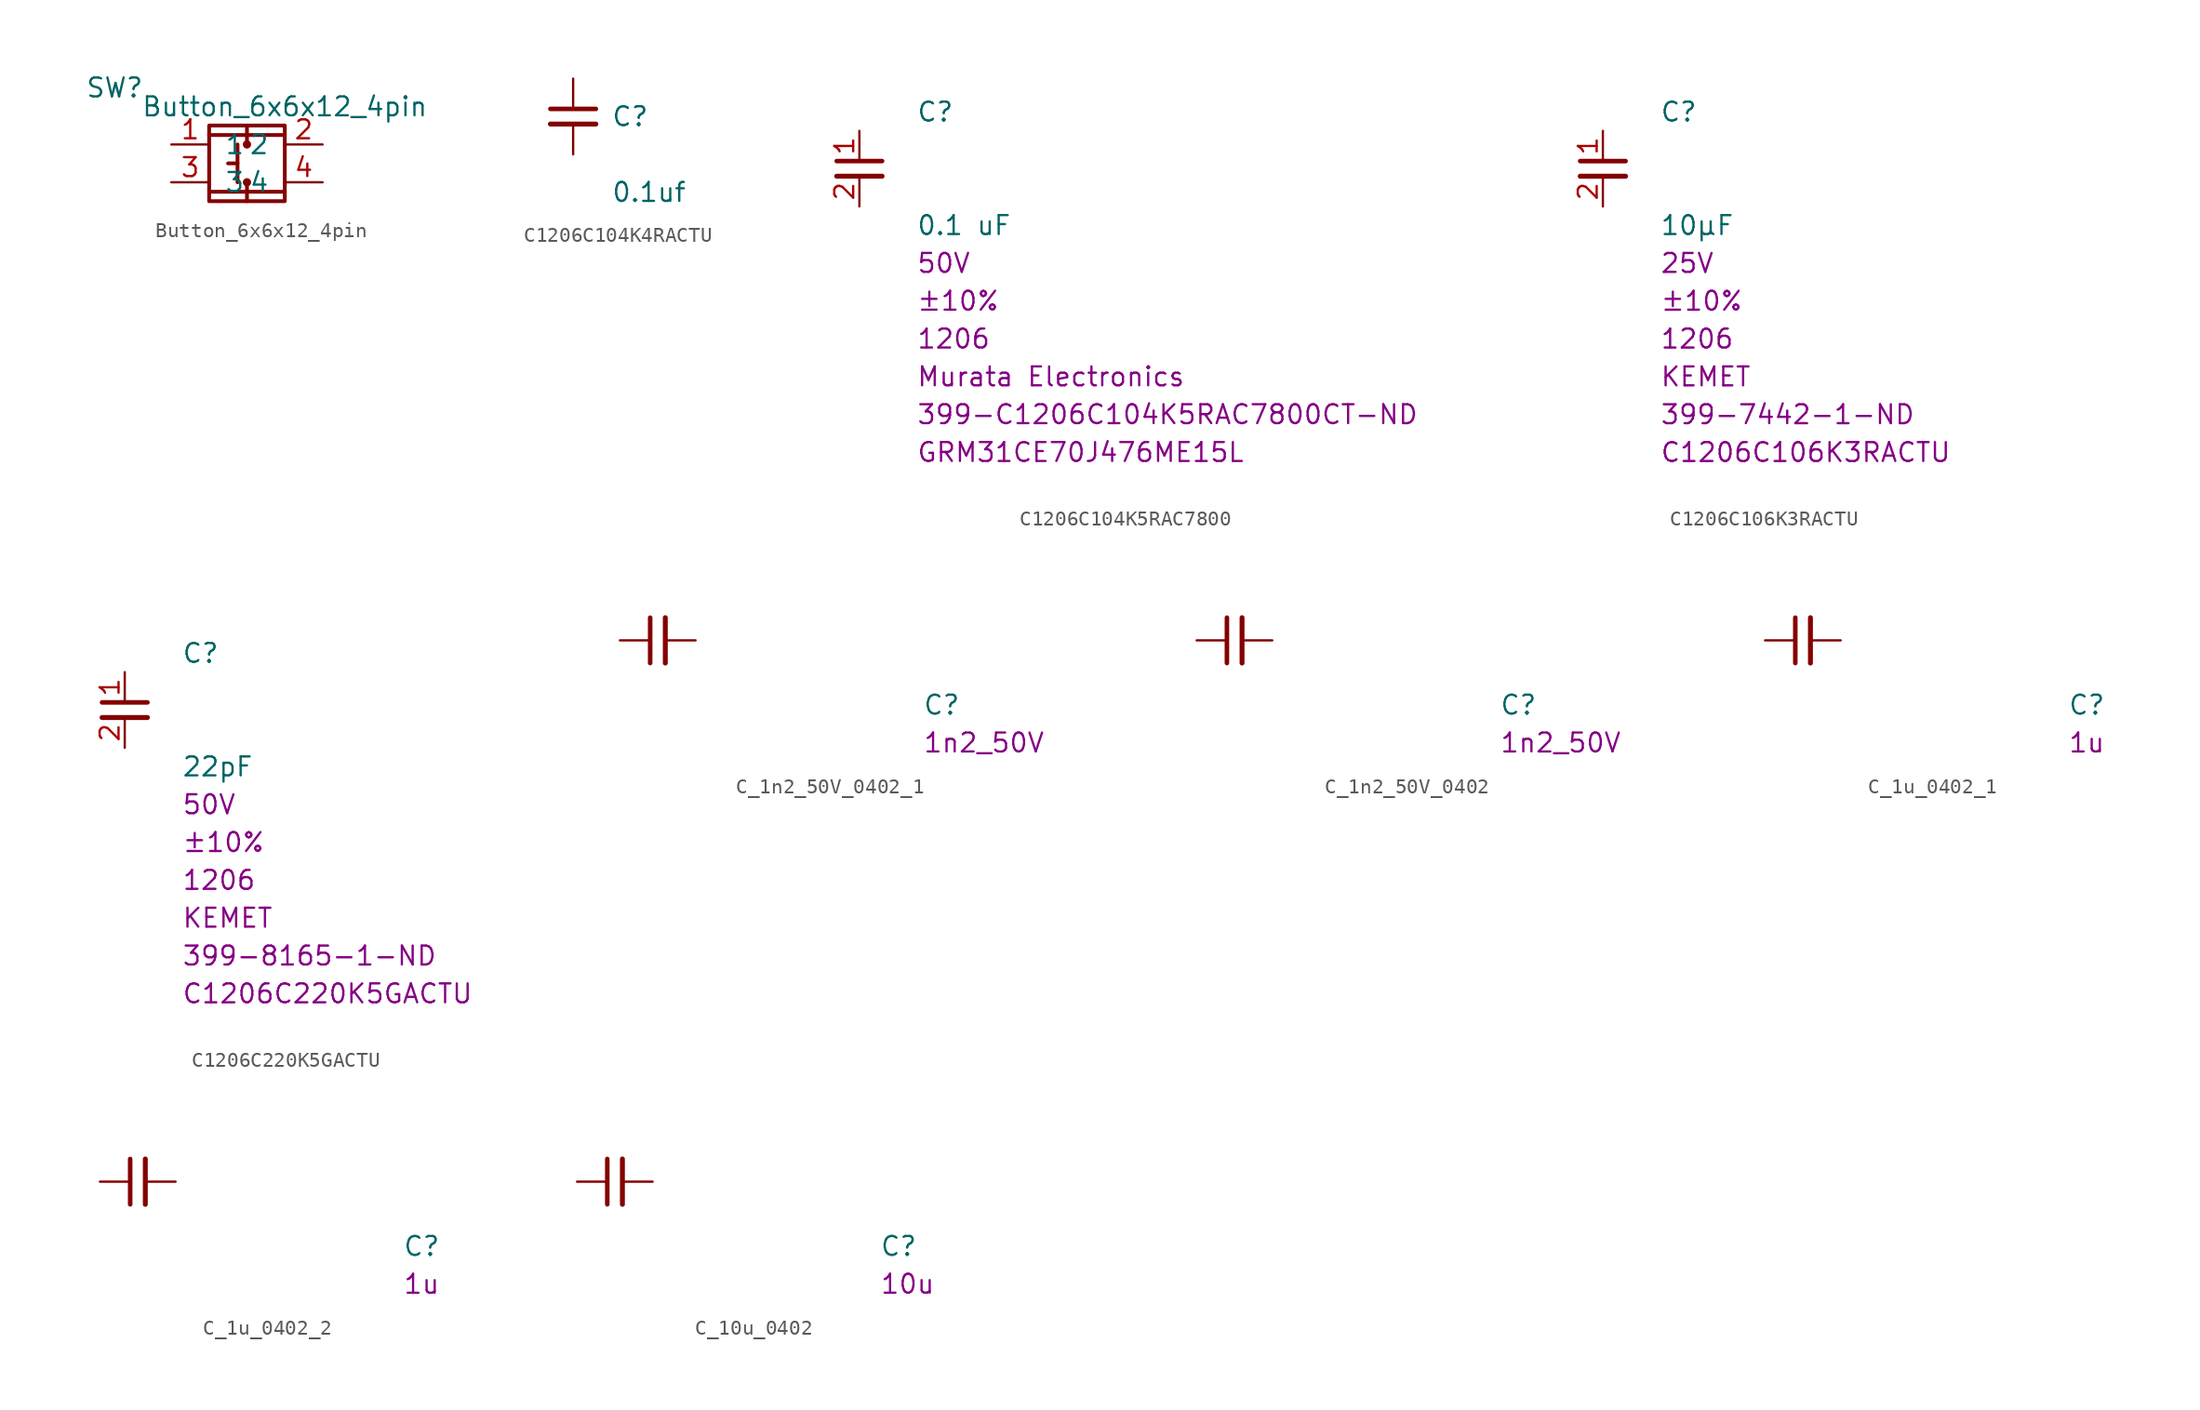
<source format=kicad_sym>
(kicad_symbol_lib
  (version 20231120)
  (generator "kicad_symbol_editor")
  (generator_version "8.0")
  (symbol "Button_6x6x12_4pin"
    (pin_names
      (offset 1.016))
    (property "Reference" "SW"
      (at -8.89 5.08 0)
      (effects (font (size 1.27 1.27))))
    (property "Value" "Button_6x6x12_4pin"
      (at 2.54 3.81 0)
      (effects (font (size 1.27 1.27))))
    (symbol "Button_6x6x12_4pin_0_1"
      (rectangle (start -2.54 2.54) (end 2.54 -2.54) (stroke (width 0.254) (type solid)) (fill (type none)))
      (rectangle (start 0 -2.54) (end 0 -1.27) (stroke (width 0.254) (type solid)) (fill (type none)))
      (circle (center 0 -1.27) (radius 0.152) (stroke (width 0.254) (type solid)) (fill (type none)))
      (polyline (pts (xy -0.635 0) (xy -1.27 0)) (stroke (width 0.254) (type solid)) (fill (type none)))
      (polyline (pts (xy -0.635 1.27) (xy -0.635 -1.27)) (stroke (width 0.254) (type solid)) (fill (type none)))
      (polyline (pts (xy 0 -1.905) (xy -2.54 -1.905)) (stroke (width 0.254) (type solid)) (fill (type none)))
      (polyline (pts (xy 0 -1.905) (xy 2.54 -1.905)) (stroke (width 0.254) (type solid)) (fill (type none)))
      (polyline (pts (xy 0 1.905) (xy 2.54 1.905) (xy -2.54 1.905)) (stroke (width 0.254) (type solid)) (fill (type none)))
      (circle (center 0 1.27) (radius 0.152) (stroke (width 0.254) (type solid)) (fill (type none)))
      (rectangle (start 0 2.54) (end 0 1.27) (stroke (width 0.254) (type solid)) (fill (type none))))
    (symbol "Button_6x6x12_4pin_1_1"
      (pin input line (at -5.08 1.27 0) (length 2.54) (name "1" (effects (font (size 1.27 1.27)))) (number "1" (effects (font (size 1.27 1.27)))))
      (pin input line (at 5.08 1.27 180) (length 2.54) (name "2" (effects (font (size 1.27 1.27)))) (number "2" (effects (font (size 1.27 1.27)))))
      (pin input line (at -5.08 -1.27 0) (length 2.54) (name "3" (effects (font (size 1.27 1.27)))) (number "3" (effects (font (size 1.27 1.27)))))
      (pin input line (at 5.08 -1.27 180) (length 2.54) (name "4" (effects (font (size 1.27 1.27)))) (number "4" (effects (font (size 1.27 1.27)))))))
  (symbol "C1206C104K4RACTU"
    (pin_numbers hide)
    (pin_names
      (offset 1.016))
    (property "Reference" "C"
      (at 2.54 0 0)
      (effects (font (size 1.27 1.27)) (justify left)))
    (property "Value" "0.1uf"
      (at 2.54 -5.08 0)
      (effects (font (size 1.27 1.27)) (justify left)))
    (symbol "C1206C104K4RACTU_1_1"
      (polyline (pts (xy -1.524 -0.508) (xy 1.524 -0.508)) (stroke (width 0.33) (type default)) (fill (type none)))
      (polyline (pts (xy -1.524 0.508) (xy 1.524 0.508)) (stroke (width 0.305) (type default)) (fill (type none)))
      (pin passive line (at 0 2.54 270) (length 2.032) (name "~" (effects (font (size 1.27 1.27)))) (number "1" (effects (font (size 1.27 1.27)))))
      (pin passive line (at 0 -2.54 90) (length 2.032) (name "~" (effects (font (size 1.27 1.27)))) (number "2" (effects (font (size 1.27 1.27)))))))
  (symbol "C1206C104K5RAC7800"
    (pin_names
      (offset 1.016))
    (property "Reference" "C"
      (at 3.81 3.81 0)
      (effects (font (size 1.27 1.27)) (justify left)))
    (property "Value" "0.1 uF"
      (at 3.81 -3.81 0)
      (effects (font (size 1.27 1.27)) (justify left)))
    (property "Tolerance" "±10%"
      (at 3.81 -8.89 0)
      (effects (font (size 1.27 1.27)) (justify left)))
    (property "MAX Voltage" "50V"
      (at 3.81 -6.35 0)
      (effects (font (size 1.27 1.27)) (justify left)))
    (property "Chip Set" "1206"
      (at 3.81 -11.43 0)
      (effects (font (size 1.27 1.27)) (justify left)))
    (property "Manufacturer" "Murata Electronics"
      (at 3.81 -13.97 0)
      (effects (font (size 1.27 1.27)) (justify left)))
    (property "MPN" "GRM31CE70J476ME15L"
      (at 3.81 -19.05 0)
      (effects (font (size 1.27 1.27)) (justify left)))
    (property "Digi-Key_PN" "399-C1206C104K5RAC7800CT-ND"
      (at 3.81 -16.51 0)
      (effects (font (size 1.27 1.27)) (justify left)))
    (symbol "C1206C104K5RAC7800_1_1"
      (polyline (pts (xy -1.524 -0.508) (xy 1.524 -0.508)) (stroke (width 0.33) (type solid)) (fill (type none)))
      (polyline (pts (xy -1.524 0.508) (xy 1.524 0.508)) (stroke (width 0.305) (type solid)) (fill (type none)))
      (pin passive line (at 0 2.54 270) (length 2.032) (name "~" (effects (font (size 1.27 1.27)))) (number "1" (effects (font (size 1.27 1.27)))))
      (pin passive line (at 0 -2.54 90) (length 2.032) (name "~" (effects (font (size 1.27 1.27)))) (number "2" (effects (font (size 1.27 1.27)))))))
  (symbol "C1206C106K3RACTU"
    (pin_names
      (offset 1.016))
    (property "Reference" "C"
      (at 3.81 3.81 0)
      (effects (font (size 1.27 1.27)) (justify left)))
    (property "Value" "10µF"
      (at 3.81 -3.81 0)
      (effects (font (size 1.27 1.27)) (justify left)))
    (property "Tolerance" "±10%"
      (at 3.81 -8.89 0)
      (effects (font (size 1.27 1.27)) (justify left)))
    (property "MAX Voltage" "25V"
      (at 3.81 -6.35 0)
      (effects (font (size 1.27 1.27)) (justify left)))
    (property "Chip Set" "1206"
      (at 3.81 -11.43 0)
      (effects (font (size 1.27 1.27)) (justify left)))
    (property "Manufacturer" "KEMET"
      (at 3.81 -13.97 0)
      (effects (font (size 1.27 1.27)) (justify left)))
    (property "MPN" "C1206C106K3RACTU"
      (at 3.81 -19.05 0)
      (effects (font (size 1.27 1.27)) (justify left)))
    (property "Digi-Key_PN" "399-7442-1-ND"
      (at 3.81 -16.51 0)
      (effects (font (size 1.27 1.27)) (justify left)))
    (symbol "C1206C106K3RACTU_1_1"
      (polyline (pts (xy -1.524 -0.508) (xy 1.524 -0.508)) (stroke (width 0.33) (type solid)) (fill (type none)))
      (polyline (pts (xy -1.524 0.508) (xy 1.524 0.508)) (stroke (width 0.305) (type solid)) (fill (type none)))
      (pin passive line (at 0 2.54 270) (length 2.032) (name "~" (effects (font (size 1.27 1.27)))) (number "1" (effects (font (size 1.27 1.27)))))
      (pin passive line (at 0 -2.54 90) (length 2.032) (name "~" (effects (font (size 1.27 1.27)))) (number "2" (effects (font (size 1.27 1.27)))))))
  (symbol "C1206C220K5GACTU"
    (pin_names
      (offset 1.016))
    (property "Reference" "C"
      (at 3.81 3.81 0)
      (effects (font (size 1.27 1.27)) (justify left)))
    (property "Value" "22pF"
      (at 3.81 -3.81 0)
      (effects (font (size 1.27 1.27)) (justify left)))
    (property "Tolerance" "±10%"
      (at 3.81 -8.89 0)
      (effects (font (size 1.27 1.27)) (justify left)))
    (property "MAX Voltage" "50V"
      (at 3.81 -6.35 0)
      (effects (font (size 1.27 1.27)) (justify left)))
    (property "Chip Set" "1206"
      (at 3.81 -11.43 0)
      (effects (font (size 1.27 1.27)) (justify left)))
    (property "Manufacturer" "KEMET"
      (at 3.81 -13.97 0)
      (effects (font (size 1.27 1.27)) (justify left)))
    (property "MPN" "C1206C220K5GACTU"
      (at 3.81 -19.05 0)
      (effects (font (size 1.27 1.27)) (justify left)))
    (property "Digi-Key_PN" "399-8165-1-ND"
      (at 3.81 -16.51 0)
      (effects (font (size 1.27 1.27)) (justify left)))
    (symbol "C1206C220K5GACTU_1_1"
      (polyline (pts (xy -1.524 -0.508) (xy 1.524 -0.508)) (stroke (width 0.33) (type solid)) (fill (type none)))
      (polyline (pts (xy -1.524 0.508) (xy 1.524 0.508)) (stroke (width 0.305) (type solid)) (fill (type none)))
      (pin passive line (at 0 2.54 270) (length 2.032) (name "~" (effects (font (size 1.27 1.27)))) (number "1" (effects (font (size 1.27 1.27)))))
      (pin passive line (at 0 -2.54 90) (length 2.032) (name "~" (effects (font (size 1.27 1.27)))) (number "2" (effects (font (size 1.27 1.27)))))))
  (symbol "C_1n2_50V_0402_1"
    (pin_numbers hide)
    (pin_names hide)
    (property "Reference" "C"
      (at 20.32 -5.08 0)
      (effects (font (size 1.27 1.27) (thickness 0.15)) (justify left bottom)))
    (property "Val" "1n2_50V"
      (at 20.32 -7.62 0)
      (effects (font (size 1.27 1.27) (thickness 0.15)) (justify left bottom)))
    (symbol "C_1n2_50V_0402_1_0_1"
      (polyline (pts (xy 2.032 -1.524) (xy 2.032 1.524)) (stroke (width 0.305) (type default)) (fill (type none)))
      (polyline (pts (xy 3.048 -1.524) (xy 3.048 1.524)) (stroke (width 0.33) (type default)) (fill (type none))))
    (symbol "C_1n2_50V_0402_1_1_1"
      (pin passive line (at 0 0 0) (length 2.032) (name "~" (effects (font (size 1.27 1.27)))) (number "1" (effects (font (size 1.27 1.27)))))
      (pin passive line (at 5.08 0 180) (length 2.032) (name "~" (effects (font (size 1.27 1.27)))) (number "2" (effects (font (size 1.27 1.27)))))))
  (symbol "C_1n2_50V_0402"
    (pin_numbers hide)
    (pin_names hide)
    (property "Reference" "C"
      (at 20.32 -5.08 0)
      (effects (font (size 1.27 1.27) (thickness 0.15)) (justify left bottom)))
    (property "Val" "1n2_50V"
      (at 20.32 -7.62 0)
      (effects (font (size 1.27 1.27) (thickness 0.15)) (justify left bottom)))
    (symbol "C_1n2_50V_0402_0_1"
      (polyline (pts (xy 2.032 -1.524) (xy 2.032 1.524)) (stroke (width 0.305) (type default)) (fill (type none)))
      (polyline (pts (xy 3.048 -1.524) (xy 3.048 1.524)) (stroke (width 0.33) (type default)) (fill (type none))))
    (symbol "C_1n2_50V_0402_1_1"
      (pin passive line (at 0 0 0) (length 2.032) (name "~" (effects (font (size 1.27 1.27)))) (number "1" (effects (font (size 1.27 1.27)))))
      (pin passive line (at 5.08 0 180) (length 2.032) (name "~" (effects (font (size 1.27 1.27)))) (number "2" (effects (font (size 1.27 1.27)))))))
  (symbol "C_1u_0402_1"
    (pin_numbers hide)
    (pin_names hide)
    (property "Reference" "C"
      (at 20.32 -5.08 0)
      (effects (font (size 1.27 1.27) (thickness 0.15)) (justify left bottom)))
    (property "Val" "1u"
      (at 20.32 -7.62 0)
      (effects (font (size 1.27 1.27) (thickness 0.15)) (justify left bottom)))
    (symbol "C_1u_0402_1_0_1"
      (polyline (pts (xy 2.032 -1.524) (xy 2.032 1.524)) (stroke (width 0.305) (type default)) (fill (type none)))
      (polyline (pts (xy 3.048 -1.524) (xy 3.048 1.524)) (stroke (width 0.33) (type default)) (fill (type none))))
    (symbol "C_1u_0402_1_1_1"
      (pin passive line (at 0 0 0) (length 2.032) (name "~" (effects (font (size 1.27 1.27)))) (number "1" (effects (font (size 1.27 1.27)))))
      (pin passive line (at 5.08 0 180) (length 2.032) (name "~" (effects (font (size 1.27 1.27)))) (number "2" (effects (font (size 1.27 1.27)))))))
  (symbol "C_1u_0402_2"
    (pin_numbers hide)
    (pin_names hide)
    (property "Reference" "C"
      (at 20.32 -5.08 0)
      (effects (font (size 1.27 1.27) (thickness 0.15)) (justify left bottom)))
    (property "Val" "1u"
      (at 20.32 -7.62 0)
      (effects (font (size 1.27 1.27) (thickness 0.15)) (justify left bottom)))
    (symbol "C_1u_0402_2_0_1"
      (polyline (pts (xy 2.032 -1.524) (xy 2.032 1.524)) (stroke (width 0.305) (type default)) (fill (type none)))
      (polyline (pts (xy 3.048 -1.524) (xy 3.048 1.524)) (stroke (width 0.33) (type default)) (fill (type none))))
    (symbol "C_1u_0402_2_1_1"
      (pin passive line (at 0 0 0) (length 2.032) (name "~" (effects (font (size 1.27 1.27)))) (number "1" (effects (font (size 1.27 1.27)))))
      (pin passive line (at 5.08 0 180) (length 2.032) (name "~" (effects (font (size 1.27 1.27)))) (number "2" (effects (font (size 1.27 1.27)))))))
  (symbol "C_10u_0402"
    (pin_numbers hide)
    (pin_names hide)
    (property "Reference" "C"
      (at 20.32 -5.08 0)
      (effects (font (size 1.27 1.27) (thickness 0.15)) (justify left bottom)))
    (property "Val" "10u"
      (at 20.32 -7.62 0)
      (effects (font (size 1.27 1.27) (thickness 0.15)) (justify left bottom)))
    (symbol "C_10u_0402_0_1"
      (polyline (pts (xy 2.032 -1.524) (xy 2.032 1.524)) (stroke (width 0.305) (type default)) (fill (type none)))
      (polyline (pts (xy 3.048 -1.524) (xy 3.048 1.524)) (stroke (width 0.33) (type default)) (fill (type none))))
    (symbol "C_10u_0402_1_1"
      (pin passive line (at 0 0 0) (length 2.032) (name "~" (effects (font (size 1.27 1.27)))) (number "1" (effects (font (size 1.27 1.27)))))
      (pin passive line (at 5.08 0 180) (length 2.032) (name "~" (effects (font (size 1.27 1.27)))) (number "2" (effects (font (size 1.27 1.27))))))))
</source>
